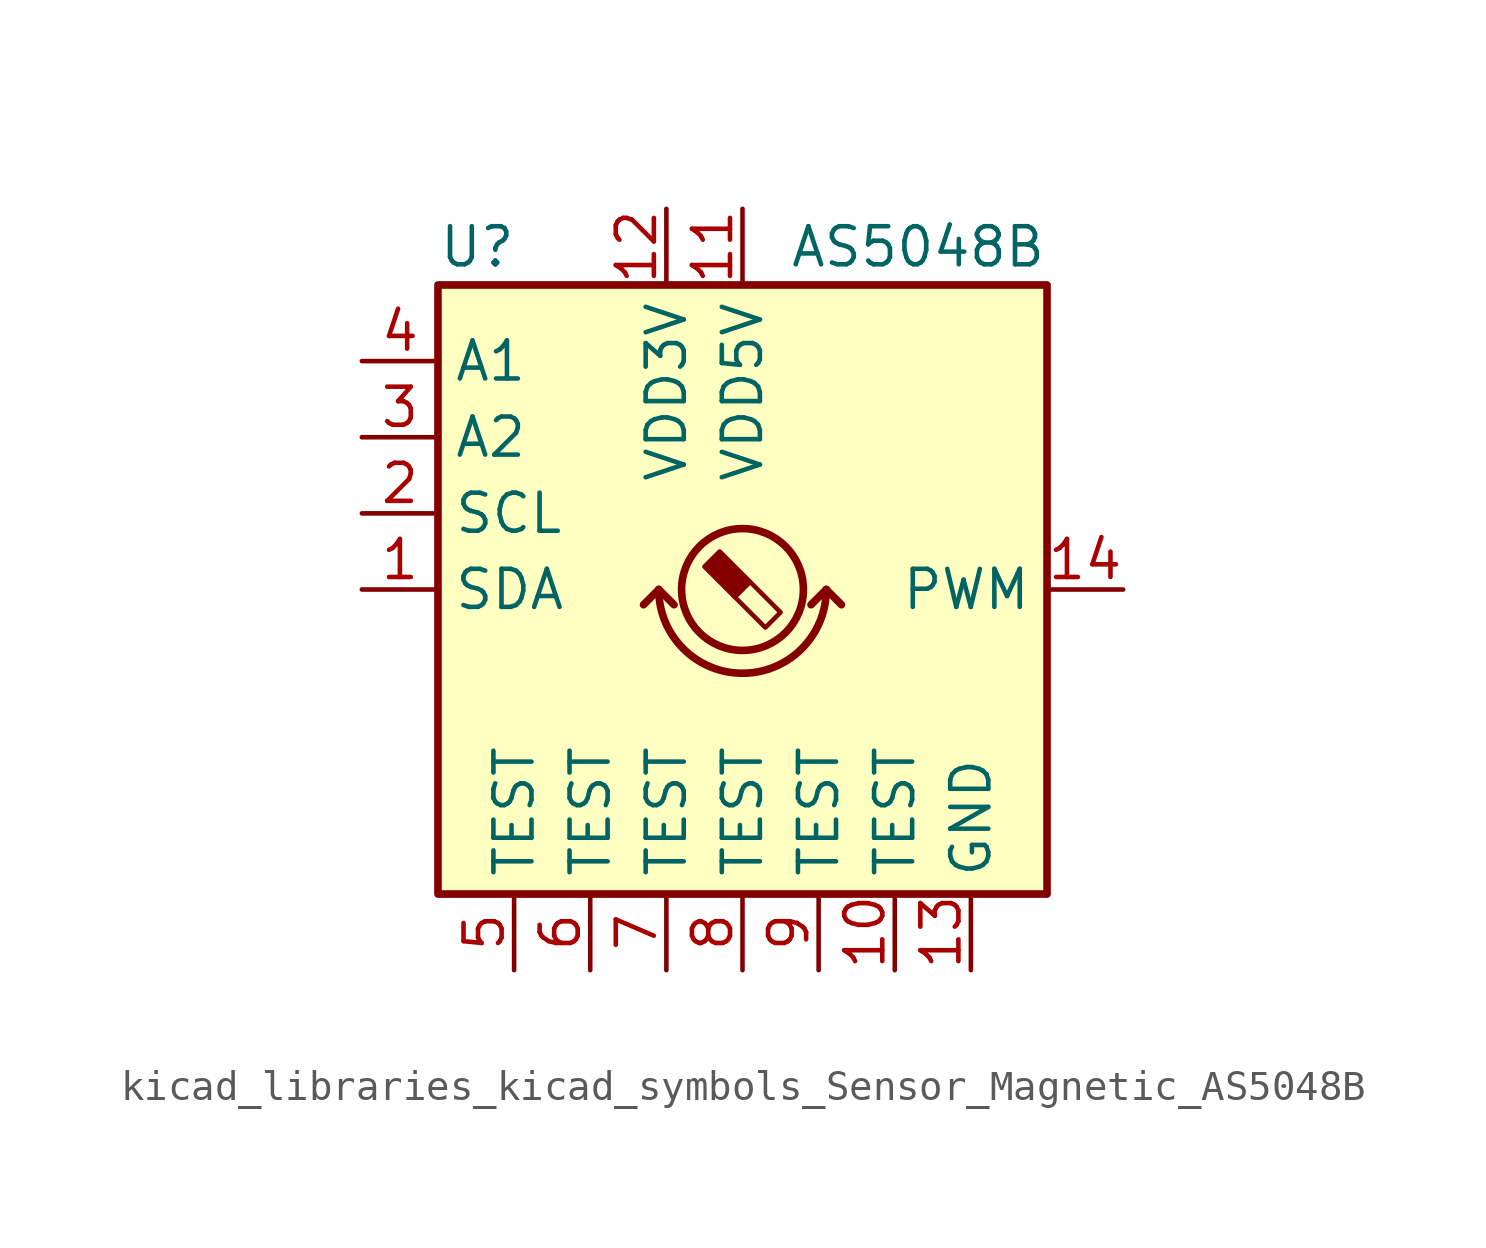
<source format=kicad_sym>
(kicad_symbol_lib
  (version 20220914)
  (generator kicad_symbol_editor)
  (symbol "kicad_libraries_kicad_symbols_Sensor_Magnetic_AS5048B"
    (property "Reference" "U"
      (at -10.16 11.43 0)
      (effects (font (size 1.27 1.27)) (justify left)))
    (property "Value" "AS5048B"
      (at 10.16 11.43 0)
      (effects (font (size 1.27 1.27)) (justify right)))
    (symbol "kicad_libraries_kicad_symbols_Sensor_Magnetic_AS5048B_0_1"
      (rectangle (start -10.16 10.16) (end 10.16 -10.16) (stroke (width 0.254) (type default)) (fill (type background)))
      (arc (start -2.794 0) (mid 0 -2.7819) (end 2.794 0) (stroke (width 0.254) (type default)) (fill (type none)))
      (polyline (pts (xy -2.794 0) (xy -3.302 -0.508)) (stroke (width 0.254) (type default)) (fill (type none)))
      (polyline (pts (xy -2.794 0) (xy -2.286 -0.508)) (stroke (width 0.254) (type default)) (fill (type none)))
      (polyline (pts (xy 2.794 0) (xy 2.286 -0.508)) (stroke (width 0.254) (type default)) (fill (type none)))
      (polyline (pts (xy 2.794 0) (xy 3.302 -0.508)) (stroke (width 0.254) (type default)) (fill (type none))))
    (symbol "kicad_libraries_kicad_symbols_Sensor_Magnetic_AS5048B_1_1"
      (polyline (pts (xy 0.254 0.254) (xy 1.27 -0.762) (xy 0.762 -1.27) (xy -0.254 -0.254)) (stroke (width 0) (type default)) (fill (type none)))
      (polyline (pts (xy -0.762 1.27) (xy 0.254 0.254) (xy -0.254 -0.254) (xy -1.27 0.762) (xy -1.016 1.016) (xy -0.762 1.27) (xy -0.635 1.143)) (stroke (width 0) (type default)) (fill (type outline)))
      (circle (center 0 0) (radius 2.032) (stroke (width 0.254) (type default)) (fill (type none)))
      (pin bidirectional line (at -12.7 0 0) (length 2.54) (name "SDA" (effects (font (size 1.27 1.27)))) (number "1" (effects (font (size 1.27 1.27)))))
      (pin passive line (at 5.08 -12.7 90) (length 2.54) (name "TEST" (effects (font (size 1.27 1.27)))) (number "10" (effects (font (size 1.27 1.27)))))
      (pin power_in line (at 0 12.7 270) (length 2.54) (name "VDD5V" (effects (font (size 1.27 1.27)))) (number "11" (effects (font (size 1.27 1.27)))))
      (pin power_in line (at -2.54 12.7 270) (length 2.54) (name "VDD3V" (effects (font (size 1.27 1.27)))) (number "12" (effects (font (size 1.27 1.27)))))
      (pin power_in line (at 7.62 -12.7 90) (length 2.54) (name "GND" (effects (font (size 1.27 1.27)))) (number "13" (effects (font (size 1.27 1.27)))))
      (pin output line (at 12.7 0 180) (length 2.54) (name "PWM" (effects (font (size 1.27 1.27)))) (number "14" (effects (font (size 1.27 1.27)))))
      (pin input line (at -12.7 2.54 0) (length 2.54) (name "SCL" (effects (font (size 1.27 1.27)))) (number "2" (effects (font (size 1.27 1.27)))))
      (pin input line (at -12.7 5.08 0) (length 2.54) (name "A2" (effects (font (size 1.27 1.27)))) (number "3" (effects (font (size 1.27 1.27)))))
      (pin input line (at -12.7 7.62 0) (length 2.54) (name "A1" (effects (font (size 1.27 1.27)))) (number "4" (effects (font (size 1.27 1.27)))))
      (pin passive line (at -7.62 -12.7 90) (length 2.54) (name "TEST" (effects (font (size 1.27 1.27)))) (number "5" (effects (font (size 1.27 1.27)))))
      (pin passive line (at -5.08 -12.7 90) (length 2.54) (name "TEST" (effects (font (size 1.27 1.27)))) (number "6" (effects (font (size 1.27 1.27)))))
      (pin passive line (at -2.54 -12.7 90) (length 2.54) (name "TEST" (effects (font (size 1.27 1.27)))) (number "7" (effects (font (size 1.27 1.27)))))
      (pin passive line (at 0 -12.7 90) (length 2.54) (name "TEST" (effects (font (size 1.27 1.27)))) (number "8" (effects (font (size 1.27 1.27)))))
      (pin passive line (at 2.54 -12.7 90) (length 2.54) (name "TEST" (effects (font (size 1.27 1.27)))) (number "9" (effects (font (size 1.27 1.27))))))))
</source>
